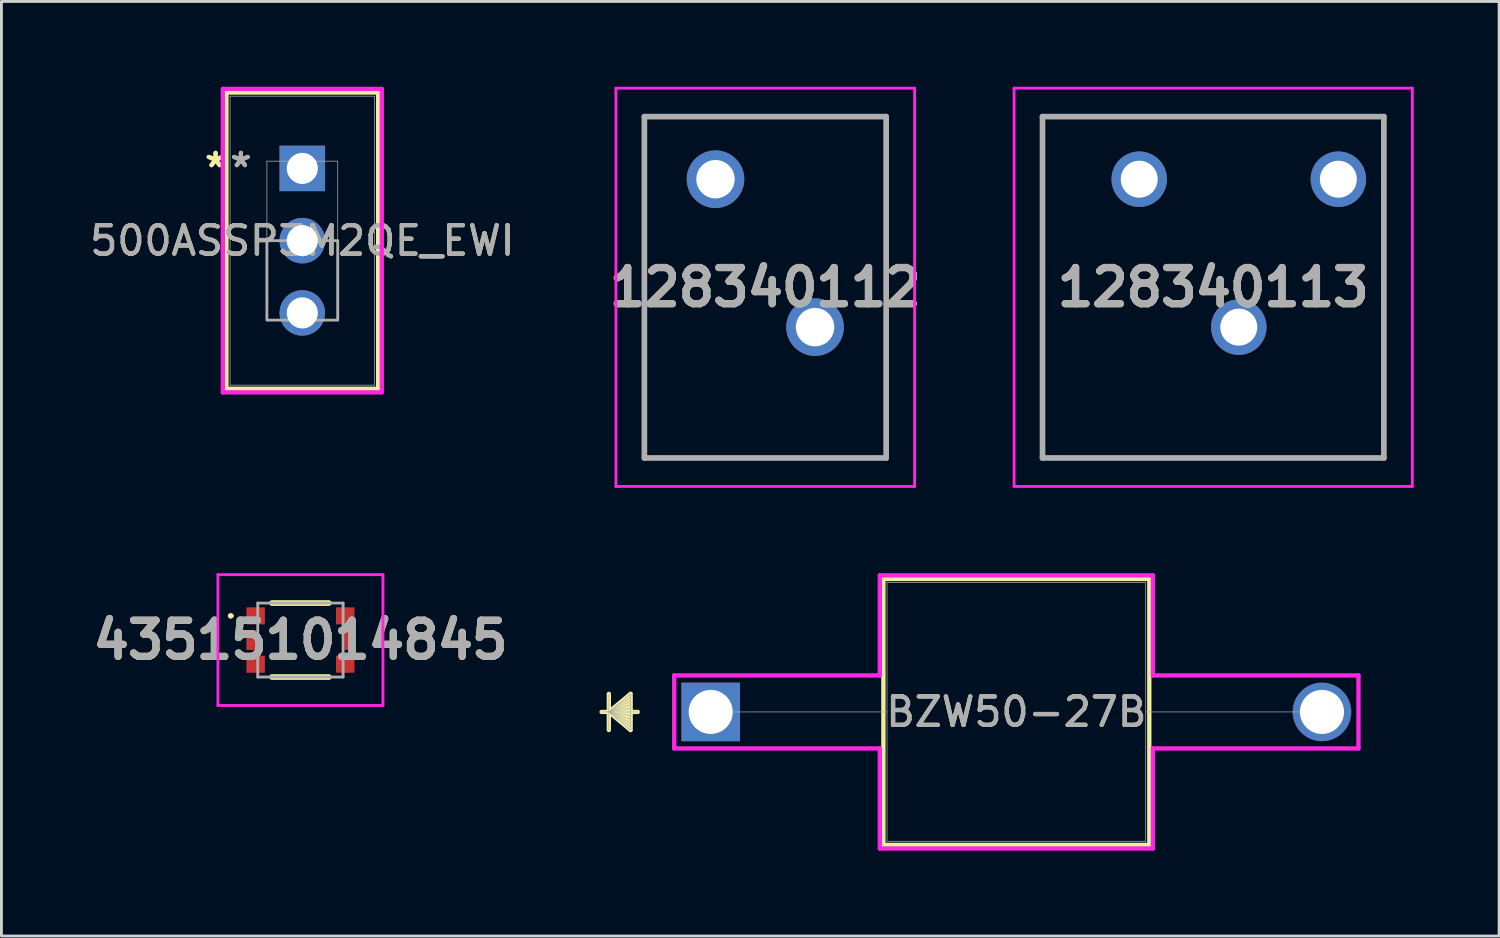
<source format=kicad_pcb>
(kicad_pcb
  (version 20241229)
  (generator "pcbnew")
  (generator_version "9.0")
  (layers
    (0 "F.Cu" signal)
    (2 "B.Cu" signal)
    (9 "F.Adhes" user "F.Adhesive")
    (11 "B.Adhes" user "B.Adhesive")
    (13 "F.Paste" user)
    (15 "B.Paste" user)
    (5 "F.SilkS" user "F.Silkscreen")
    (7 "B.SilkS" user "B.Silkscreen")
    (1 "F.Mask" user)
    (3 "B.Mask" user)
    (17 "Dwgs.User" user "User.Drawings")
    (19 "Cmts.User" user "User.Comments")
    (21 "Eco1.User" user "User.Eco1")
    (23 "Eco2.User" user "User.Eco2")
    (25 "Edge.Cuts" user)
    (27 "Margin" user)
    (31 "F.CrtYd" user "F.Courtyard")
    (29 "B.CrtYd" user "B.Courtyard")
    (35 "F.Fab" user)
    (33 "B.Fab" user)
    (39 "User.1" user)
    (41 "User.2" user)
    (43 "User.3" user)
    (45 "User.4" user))
  (footprint "128340113"
    (layer "F.Cu")
    (at 36.998 3.25)
    (property "Reference" "128340113" (at 2.6 3.8 0) (layer "F.SilkS") (effects (font (size 1.27 1.27) (thickness 0.254))))
    (attr through_hole)
    (fp_line (start -3.4 -2.2) (end -3.4 9.8) (stroke (width 0.1) (type solid)) (layer "F.SilkS"))
    (fp_line (start -3.4 9.8) (end 8.6 9.8) (stroke (width 0.1) (type solid)) (layer "F.SilkS"))
    (fp_line (start 8.6 -2.2) (end -3.4 -2.2) (stroke (width 0.1) (type solid)) (layer "F.SilkS"))
    (fp_line (start 8.6 9.8) (end 8.6 -2.2) (stroke (width 0.1) (type solid)) (layer "F.SilkS"))
    (fp_line (start -4.4 -3.2) (end 9.6 -3.2) (stroke (width 0.1) (type solid)) (layer "F.CrtYd"))
    (fp_line (start -4.4 10.8) (end -4.4 -3.2) (stroke (width 0.1) (type solid)) (layer "F.CrtYd"))
    (fp_line (start 9.6 -3.2) (end 9.6 10.8) (stroke (width 0.1) (type solid)) (layer "F.CrtYd"))
    (fp_line (start 9.6 10.8) (end -4.4 10.8) (stroke (width 0.1) (type solid)) (layer "F.CrtYd"))
    (fp_line (start -3.4 -2.2) (end -3.4 9.8) (stroke (width 0.2) (type solid)) (layer "F.Fab"))
    (fp_line (start -3.4 9.8) (end 8.6 9.8) (stroke (width 0.2) (type solid)) (layer "F.Fab"))
    (fp_line (start 8.6 -2.2) (end -3.4 -2.2) (stroke (width 0.2) (type solid)) (layer "F.Fab"))
    (fp_line (start 8.6 9.8) (end 8.6 -2.2) (stroke (width 0.2) (type solid)) (layer "F.Fab"))
    (fp_text user "${REFERENCE}" (at 2.6 3.8 0) (layer "F.Fab") (effects (font (size 1.27 1.27) (thickness 0.254))))
    (pad "1" thru_hole circle (at 0 0) (size 1.95 1.95) (drill 1.3) (layers "*.Cu" "*.Mask"))
    (pad "2" thru_hole circle (at 3.5 5.2) (size 1.95 1.95) (drill 1.3) (layers "*.Cu" "*.Mask"))
    (pad "3" thru_hole circle (at 7 0) (size 1.95 1.95) (drill 1.3) (layers "*.Cu" "*.Mask")))
  (footprint "128340112"
    (layer "F.Cu")
    (at 23.852 7.05)
    (property "Reference" "128340112" (at 0 0 0) (layer "F.SilkS") (effects (font (size 1.27 1.27) (thickness 0.254))))
    (attr through_hole)
    (fp_line (start -4.25 -6) (end 4.25 -6) (stroke (width 0.1) (type solid)) (layer "F.SilkS"))
    (fp_line (start -4.25 6) (end -4.25 -6) (stroke (width 0.1) (type solid)) (layer "F.SilkS"))
    (fp_line (start 4.25 -6) (end 4.25 6) (stroke (width 0.1) (type solid)) (layer "F.SilkS"))
    (fp_line (start 4.25 6) (end -4.25 6) (stroke (width 0.1) (type solid)) (layer "F.SilkS"))
    (fp_line (start -5.25 -7) (end 5.25 -7) (stroke (width 0.1) (type solid)) (layer "F.CrtYd"))
    (fp_line (start -5.25 7) (end -5.25 -7) (stroke (width 0.1) (type solid)) (layer "F.CrtYd"))
    (fp_line (start 5.25 -7) (end 5.25 7) (stroke (width 0.1) (type solid)) (layer "F.CrtYd"))
    (fp_line (start 5.25 7) (end -5.25 7) (stroke (width 0.1) (type solid)) (layer "F.CrtYd"))
    (fp_line (start -4.25 -6) (end 4.25 -6) (stroke (width 0.2) (type solid)) (layer "F.Fab"))
    (fp_line (start -4.25 6) (end -4.25 -6) (stroke (width 0.2) (type solid)) (layer "F.Fab"))
    (fp_line (start 4.25 -6) (end 4.25 6) (stroke (width 0.2) (type solid)) (layer "F.Fab"))
    (fp_line (start 4.25 6) (end -4.25 6) (stroke (width 0.2) (type solid)) (layer "F.Fab"))
    (fp_text user "${REFERENCE}" (at 0 0 0) (layer "F.Fab") (effects (font (size 1.27 1.27) (thickness 0.254))))
    (pad "1" thru_hole circle (at -1.75 -3.8) (size 2.025 2.025) (drill 1.35) (layers "*.Cu" "*.Mask"))
    (pad "2" thru_hole circle (at 1.75 1.4) (size 2.025 2.025) (drill 1.35) (layers "*.Cu" "*.Mask")))
  (footprint "435151014845"
    (layer "F.Cu")
    (at 7.511 19.45)
    (property "Reference" "435151014845" (at 0 0 0) (layer "F.SilkS") (effects (font (size 1.27 1.27) (thickness 0.254))))
    (attr smd)
    (fp_line (start -2.5 -0.85) (end -2.5 -0.85) (stroke (width 0.1) (type solid)) (layer "F.SilkS"))
    (fp_line (start -2.4 -0.85) (end -2.4 -0.85) (stroke (width 0.1) (type solid)) (layer "F.SilkS"))
    (fp_line (start -1 -1.3) (end 1 -1.3) (stroke (width 0.2) (type solid)) (layer "F.SilkS"))
    (fp_line (start -1 1.3) (end 1 1.3) (stroke (width 0.2) (type solid)) (layer "F.SilkS"))
    (fp_arc (start -2.5 -0.85) (mid -2.45 -0.9) (end -2.4 -0.85) (stroke (width 0.1) (type solid)) (layer "F.SilkS"))
    (fp_arc (start -2.4 -0.85) (mid -2.45 -0.8) (end -2.5 -0.85) (stroke (width 0.1) (type solid)) (layer "F.SilkS"))
    (fp_line (start -2.9 -2.3) (end 2.9 -2.3) (stroke (width 0.1) (type solid)) (layer "F.CrtYd"))
    (fp_line (start -2.9 2.3) (end -2.9 -2.3) (stroke (width 0.1) (type solid)) (layer "F.CrtYd"))
    (fp_line (start 2.9 -2.3) (end 2.9 2.3) (stroke (width 0.1) (type solid)) (layer "F.CrtYd"))
    (fp_line (start 2.9 2.3) (end -2.9 2.3) (stroke (width 0.1) (type solid)) (layer "F.CrtYd"))
    (fp_line (start -1.5 -1.3) (end 1.5 -1.3) (stroke (width 0.1) (type solid)) (layer "F.Fab"))
    (fp_line (start -1.5 1.3) (end -1.5 -1.3) (stroke (width 0.1) (type solid)) (layer "F.Fab"))
    (fp_line (start 1.5 -1.3) (end 1.5 1.3) (stroke (width 0.1) (type solid)) (layer "F.Fab"))
    (fp_line (start 1.5 1.3) (end -1.5 1.3) (stroke (width 0.1) (type solid)) (layer "F.Fab"))
    (fp_text user "${REFERENCE}" (at 0 0 0) (layer "F.Fab") (effects (font (size 1.27 1.27) (thickness 0.254))))
    (pad "1" smd rect (at -1.575 -0.85 90) (size 0.6 0.65) (layers "F.Cu" "F.Mask" "F.Paste"))
    (pad "2" smd rect (at 1.575 -0.85 90) (size 0.6 0.65) (layers "F.Cu" "F.Mask" "F.Paste"))
    (pad "3" smd rect (at -1.575 0.85 90) (size 0.6 0.65) (layers "F.Cu" "F.Mask" "F.Paste"))
    (pad "4" smd rect (at 1.575 0.85 90) (size 0.6 0.65) (layers "F.Cu" "F.Mask" "F.Paste"))
    (pad "5" smd rect (at -1.725 0) (size 0.35 0.7) (layers "F.Cu" "F.Mask" "F.Paste"))
    (pad "6" smd rect (at 1.725 0) (size 0.35 0.7) (layers "F.Cu" "F.Mask" "F.Paste")))
  (footprint "BZW50-27B"
    (layer "F.Cu")
    (at 21.934 21.977)
    (property "Reference" "BZW50-27B" (at 10.744 0 0) (unlocked yes) (layer "F.SilkS") (effects (font (size 1 1) (thickness 0.15))))
    (attr through_hole)
    (fp_line (start -3.581 -0.635) (end -3.581 0.635) (stroke (width 0.152) (type solid)) (layer "F.SilkS"))
    (fp_line (start -3.581 0) (end -2.819 -0.635) (stroke (width 0.152) (type solid)) (layer "F.SilkS"))
    (fp_line (start -3.581 0) (end -2.819 -0.508) (stroke (width 0.152) (type solid)) (layer "F.SilkS"))
    (fp_line (start -3.581 0) (end -2.819 -0.381) (stroke (width 0.152) (type solid)) (layer "F.SilkS"))
    (fp_line (start -3.581 0) (end -2.819 -0.254) (stroke (width 0.152) (type solid)) (layer "F.SilkS"))
    (fp_line (start -3.581 0) (end -2.819 -0.127) (stroke (width 0.152) (type solid)) (layer "F.SilkS"))
    (fp_line (start -3.581 0) (end -2.819 0.127) (stroke (width 0.152) (type solid)) (layer "F.SilkS"))
    (fp_line (start -3.581 0) (end -2.819 0.254) (stroke (width 0.152) (type solid)) (layer "F.SilkS"))
    (fp_line (start -3.581 0) (end -2.819 0.381) (stroke (width 0.152) (type solid)) (layer "F.SilkS"))
    (fp_line (start -3.581 0) (end -2.819 0.508) (stroke (width 0.152) (type solid)) (layer "F.SilkS"))
    (fp_line (start -3.581 0) (end -2.819 0.635) (stroke (width 0.152) (type solid)) (layer "F.SilkS"))
    (fp_line (start -2.819 -0.635) (end -2.819 0.635) (stroke (width 0.152) (type solid)) (layer "F.SilkS"))
    (fp_line (start -2.565 0) (end -3.835 0) (stroke (width 0.152) (type solid)) (layer "F.SilkS"))
    (fp_line (start 6.071 -4.674) (end 6.071 4.674) (stroke (width 0.152) (type solid)) (layer "F.SilkS"))
    (fp_line (start 6.071 4.674) (end 15.418 4.674) (stroke (width 0.152) (type solid)) (layer "F.SilkS"))
    (fp_line (start 15.418 -4.674) (end 6.071 -4.674) (stroke (width 0.152) (type solid)) (layer "F.SilkS"))
    (fp_line (start 15.418 4.674) (end 15.418 -4.674) (stroke (width 0.152) (type solid)) (layer "F.SilkS"))
    (fp_line (start -1.283 -1.283) (end 5.944 -1.283) (stroke (width 0.152) (type solid)) (layer "F.CrtYd"))
    (fp_line (start -1.283 1.283) (end -1.283 -1.283) (stroke (width 0.152) (type solid)) (layer "F.CrtYd"))
    (fp_line (start -1.283 1.283) (end 5.944 1.283) (stroke (width 0.152) (type solid)) (layer "F.CrtYd"))
    (fp_line (start 5.944 -4.801) (end 15.545 -4.801) (stroke (width 0.152) (type solid)) (layer "F.CrtYd"))
    (fp_line (start 5.944 -1.283) (end 5.944 -4.801) (stroke (width 0.152) (type solid)) (layer "F.CrtYd"))
    (fp_line (start 5.944 1.283) (end 5.944 4.801) (stroke (width 0.152) (type solid)) (layer "F.CrtYd"))
    (fp_line (start 5.944 4.801) (end 15.545 4.801) (stroke (width 0.152) (type solid)) (layer "F.CrtYd"))
    (fp_line (start 15.545 -4.801) (end 15.545 -1.283) (stroke (width 0.152) (type solid)) (layer "F.CrtYd"))
    (fp_line (start 15.545 -1.283) (end 22.771 -1.283) (stroke (width 0.152) (type solid)) (layer "F.CrtYd"))
    (fp_line (start 15.545 1.283) (end 22.771 1.283) (stroke (width 0.152) (type solid)) (layer "F.CrtYd"))
    (fp_line (start 15.545 4.801) (end 15.545 1.283) (stroke (width 0.152) (type solid)) (layer "F.CrtYd"))
    (fp_line (start 22.771 -1.283) (end 22.771 1.283) (stroke (width 0.152) (type solid)) (layer "F.CrtYd"))
    (fp_line (start -3.581 -0.635) (end -3.581 0.635) (stroke (width 0.025) (type solid)) (layer "F.Fab"))
    (fp_line (start -3.581 0) (end -2.819 -0.635) (stroke (width 0.025) (type solid)) (layer "F.Fab"))
    (fp_line (start -3.581 0) (end -2.819 -0.508) (stroke (width 0.025) (type solid)) (layer "F.Fab"))
    (fp_line (start -3.581 0) (end -2.819 -0.381) (stroke (width 0.025) (type solid)) (layer "F.Fab"))
    (fp_line (start -3.581 0) (end -2.819 -0.254) (stroke (width 0.025) (type solid)) (layer "F.Fab"))
    (fp_line (start -3.581 0) (end -2.819 -0.127) (stroke (width 0.025) (type solid)) (layer "F.Fab"))
    (fp_line (start -3.581 0) (end -2.819 0.127) (stroke (width 0.025) (type solid)) (layer "F.Fab"))
    (fp_line (start -3.581 0) (end -2.819 0.254) (stroke (width 0.025) (type solid)) (layer "F.Fab"))
    (fp_line (start -3.581 0) (end -2.819 0.381) (stroke (width 0.025) (type solid)) (layer "F.Fab"))
    (fp_line (start -3.581 0) (end -2.819 0.508) (stroke (width 0.025) (type solid)) (layer "F.Fab"))
    (fp_line (start -3.581 0) (end -2.819 0.635) (stroke (width 0.025) (type solid)) (layer "F.Fab"))
    (fp_line (start -2.819 -0.635) (end -2.819 0.635) (stroke (width 0.025) (type solid)) (layer "F.Fab"))
    (fp_line (start -2.565 0) (end -3.835 0) (stroke (width 0.025) (type solid)) (layer "F.Fab"))
    (fp_line (start 0 0) (end 6.198 0) (stroke (width 0.025) (type solid)) (layer "F.Fab"))
    (fp_line (start 6.198 -4.547) (end 6.198 4.547) (stroke (width 0.025) (type solid)) (layer "F.Fab"))
    (fp_line (start 6.198 4.547) (end 15.291 4.547) (stroke (width 0.025) (type solid)) (layer "F.Fab"))
    (fp_line (start 15.291 -4.547) (end 6.198 -4.547) (stroke (width 0.025) (type solid)) (layer "F.Fab"))
    (fp_line (start 15.291 4.547) (end 15.291 -4.547) (stroke (width 0.025) (type solid)) (layer "F.Fab"))
    (fp_line (start 21.488 0) (end 15.291 0) (stroke (width 0.025) (type solid)) (layer "F.Fab"))
    (fp_text user "${REFERENCE}" (at 10.744 0 0) (unlocked yes) (layer "F.Fab") (effects (font (size 1 1) (thickness 0.15))))
    (pad "1" thru_hole rect (at 0 0) (size 2.057 2.057) (drill 1.549) (layers "*.Cu" "*.Mask"))
    (pad "2" thru_hole circle (at 21.488 0) (size 2.057 2.057) (drill 1.549) (layers "*.Cu" "*.Mask")))
  (footprint "500ASSP3M2QE_EWI"
    (layer "F.Cu")
    (at 7.577 2.87)
    (property "Reference" "500ASSP3M2QE_EWI" (at 0 2.54 0) (unlocked yes) (layer "F.SilkS") (effects (font (size 1 1) (thickness 0.15))))
    (attr through_hole)
    (fp_line (start -2.667 -2.667) (end -2.667 7.747) (stroke (width 0.152) (type solid)) (layer "F.SilkS"))
    (fp_line (start -2.667 7.747) (end 2.667 7.747) (stroke (width 0.152) (type solid)) (layer "F.SilkS"))
    (fp_line (start 2.667 -2.667) (end -2.667 -2.667) (stroke (width 0.152) (type solid)) (layer "F.SilkS"))
    (fp_line (start 2.667 7.747) (end 2.667 -2.667) (stroke (width 0.152) (type solid)) (layer "F.SilkS"))
    (fp_line (start -2.794 -2.794) (end -2.794 7.874) (stroke (width 0.152) (type solid)) (layer "F.CrtYd"))
    (fp_line (start -2.794 7.874) (end 2.794 7.874) (stroke (width 0.152) (type solid)) (layer "F.CrtYd"))
    (fp_line (start 2.794 -2.794) (end -2.794 -2.794) (stroke (width 0.152) (type solid)) (layer "F.CrtYd"))
    (fp_line (start 2.794 7.874) (end 2.794 -2.794) (stroke (width 0.152) (type solid)) (layer "F.CrtYd"))
    (fp_line (start -2.54 -2.54) (end -2.54 7.62) (stroke (width 0.025) (type solid)) (layer "F.Fab"))
    (fp_line (start -2.54 7.62) (end 2.54 7.62) (stroke (width 0.025) (type solid)) (layer "F.Fab"))
    (fp_line (start -1.245 -0.254) (end 1.245 -0.254) (stroke (width 0.025) (type solid)) (layer "F.Fab"))
    (fp_line (start -1.245 5.334) (end -1.245 -0.254) (stroke (width 0.025) (type solid)) (layer "F.Fab"))
    (fp_line (start 1.245 -0.254) (end 1.245 5.334) (stroke (width 0.025) (type solid)) (layer "F.Fab"))
    (fp_line (start 1.245 5.334) (end -1.245 5.334) (stroke (width 0.025) (type solid)) (layer "F.Fab"))
    (fp_line (start 2.54 -2.54) (end -2.54 -2.54) (stroke (width 0.025) (type solid)) (layer "F.Fab"))
    (fp_line (start 2.54 7.62) (end 2.54 -2.54) (stroke (width 0.025) (type solid)) (layer "F.Fab"))
    (fp_poly (pts (xy -1.245 5.334) (xy -1.245 2.54) (xy 1.245 2.54) (xy 1.245 5.334)) (stroke (width 0.1) (type solid)) (fill no) (layer "F.Fab"))
    (fp_text user "*" (at -3.048 0 0) (unlocked yes) (layer "F.SilkS") (effects (font (size 1 1) (thickness 0.15))))
    (fp_text user "*" (at -3.048 0 0) (layer "F.SilkS") (effects (font (size 1 1) (thickness 0.15))))
    (fp_text user "*" (at -2.159 0 0) (unlocked yes) (layer "F.Fab") (effects (font (size 1 1) (thickness 0.15))))
    (fp_text user "*" (at -2.159 0 0) (layer "F.Fab") (effects (font (size 1 1) (thickness 0.15))))
    (fp_text user "${REFERENCE}" (at 0 2.54 0) (unlocked yes) (layer "F.Fab") (effects (font (size 1 1) (thickness 0.15))))
    (pad "1" thru_hole rect (at 0 0) (size 1.6 1.6) (drill 1.092) (layers "*.Cu" "*.Mask"))
    (pad "2" thru_hole circle (at 0 2.54) (size 1.6 1.6) (drill 1.092) (layers "*.Cu" "*.Mask"))
    (pad "3" thru_hole circle (at 0 5.08) (size 1.6 1.6) (drill 1.092) (layers "*.Cu" "*.Mask")))
  (gr_rect
    (start -3 -3)
    (end 49.648 29.854)
    (stroke (width 0.1) (type default))
    (fill no)
    (layer "Edge.Cuts")))
</source>
